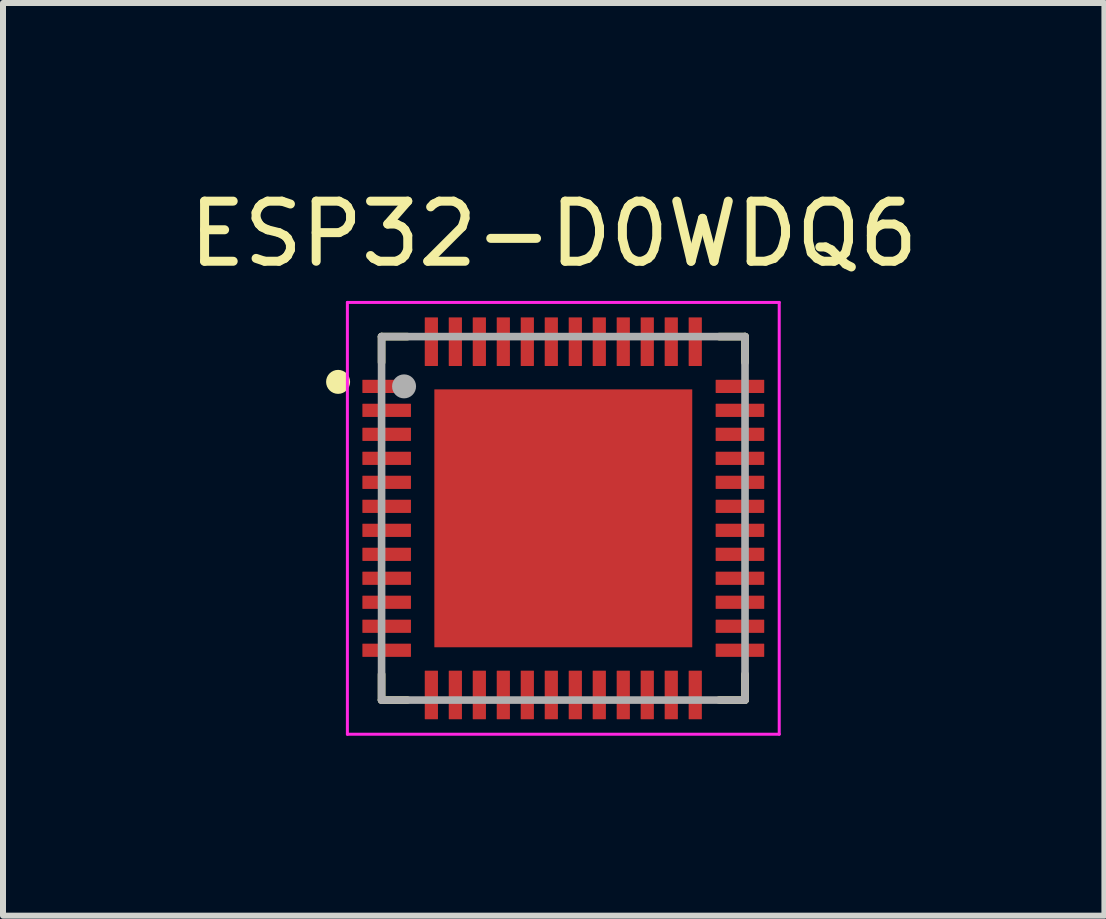
<source format=kicad_pcb>
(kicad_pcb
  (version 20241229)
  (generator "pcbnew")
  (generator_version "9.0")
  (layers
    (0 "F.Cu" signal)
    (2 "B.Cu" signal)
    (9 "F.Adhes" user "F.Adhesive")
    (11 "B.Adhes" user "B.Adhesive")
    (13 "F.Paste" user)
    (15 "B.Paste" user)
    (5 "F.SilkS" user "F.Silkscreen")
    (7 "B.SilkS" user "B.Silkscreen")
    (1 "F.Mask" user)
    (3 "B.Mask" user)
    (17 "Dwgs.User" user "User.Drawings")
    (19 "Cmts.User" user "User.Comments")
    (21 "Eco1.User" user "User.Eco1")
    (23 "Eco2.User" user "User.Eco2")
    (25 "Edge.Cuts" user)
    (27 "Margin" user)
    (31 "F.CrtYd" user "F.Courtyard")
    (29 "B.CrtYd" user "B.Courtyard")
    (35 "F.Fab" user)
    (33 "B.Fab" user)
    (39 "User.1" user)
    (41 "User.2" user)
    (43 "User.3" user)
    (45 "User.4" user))
  (footprint "ESP32-D0WDQ6"
    (layer "F.Cu")
    (at 6.342 5.592)
    (property "Reference" "ESP32-D0WDQ6" (at -0.16 -4.742 0) (layer "F.SilkS") (effects (font (size 1.002 1.002) (thickness 0.15))))
    (attr through_hole)
    (fp_line (start -3.03 -3.03) (end -3.03 -2.6) (stroke (width 0.127) (type solid)) (layer "F.SilkS"))
    (fp_line (start -3.03 3.03) (end -3.03 2.6) (stroke (width 0.127) (type solid)) (layer "F.SilkS"))
    (fp_line (start -2.6 -3.03) (end -3.03 -3.03) (stroke (width 0.127) (type solid)) (layer "F.SilkS"))
    (fp_line (start -2.6 3.03) (end -3.03 3.03) (stroke (width 0.127) (type solid)) (layer "F.SilkS"))
    (fp_line (start 2.6 -3.03) (end 3.03 -3.03) (stroke (width 0.127) (type solid)) (layer "F.SilkS"))
    (fp_line (start 2.6 3.03) (end 3.03 3.03) (stroke (width 0.127) (type solid)) (layer "F.SilkS"))
    (fp_line (start 3.03 -3.03) (end 3.03 -2.6) (stroke (width 0.127) (type solid)) (layer "F.SilkS"))
    (fp_line (start 3.03 3.03) (end 3.03 2.6) (stroke (width 0.127) (type solid)) (layer "F.SilkS"))
    (fp_circle (center -3.755 -2.275) (end -3.655 -2.275) (stroke (width 0.2) (type solid)) (fill no) (layer "F.SilkS"))
    (fp_poly (pts (xy -1.362 -1.36) (xy 1.36 -1.36) (xy 1.36 1.362) (xy -1.362 1.362)) (stroke (width 0.01) (type solid)) (fill yes) (layer "F.Paste"))
    (fp_line (start -3.6 -3.6) (end 3.6 -3.6) (stroke (width 0.05) (type solid)) (layer "F.CrtYd"))
    (fp_line (start -3.6 3.6) (end -3.6 -3.6) (stroke (width 0.05) (type solid)) (layer "F.CrtYd"))
    (fp_line (start -3.6 3.6) (end 3.6 3.6) (stroke (width 0.05) (type solid)) (layer "F.CrtYd"))
    (fp_line (start 3.6 3.6) (end 3.6 -3.6) (stroke (width 0.05) (type solid)) (layer "F.CrtYd"))
    (fp_line (start -3.03 3.03) (end -3.03 -3.03) (stroke (width 0.127) (type solid)) (layer "F.Fab"))
    (fp_line (start 3.03 -3.03) (end -3.03 -3.03) (stroke (width 0.127) (type solid)) (layer "F.Fab"))
    (fp_line (start 3.03 3.03) (end -3.03 3.03) (stroke (width 0.127) (type solid)) (layer "F.Fab"))
    (fp_line (start 3.03 3.03) (end 3.03 -3.03) (stroke (width 0.127) (type solid)) (layer "F.Fab"))
    (fp_circle (center -2.655 -2.2) (end -2.555 -2.2) (stroke (width 0.2) (type solid)) (fill no) (layer "F.Fab"))
    (pad "1" smd roundrect (at -2.945 -2.2) (size 0.81 0.22) (layers "F.Cu" "F.Mask" "F.Paste") (roundrect_rratio 0.03))
    (pad "2" smd roundrect (at -2.945 -1.8) (size 0.81 0.22) (layers "F.Cu" "F.Mask" "F.Paste") (roundrect_rratio 0.03))
    (pad "3" smd roundrect (at -2.945 -1.4) (size 0.81 0.22) (layers "F.Cu" "F.Mask" "F.Paste") (roundrect_rratio 0.03))
    (pad "4" smd roundrect (at -2.945 -1) (size 0.81 0.22) (layers "F.Cu" "F.Mask" "F.Paste") (roundrect_rratio 0.03))
    (pad "5" smd roundrect (at -2.945 -0.6) (size 0.81 0.22) (layers "F.Cu" "F.Mask" "F.Paste") (roundrect_rratio 0.03))
    (pad "6" smd roundrect (at -2.945 -0.2) (size 0.81 0.22) (layers "F.Cu" "F.Mask" "F.Paste") (roundrect_rratio 0.03))
    (pad "7" smd roundrect (at -2.945 0.2) (size 0.81 0.22) (layers "F.Cu" "F.Mask" "F.Paste") (roundrect_rratio 0.03))
    (pad "8" smd roundrect (at -2.945 0.6) (size 0.81 0.22) (layers "F.Cu" "F.Mask" "F.Paste") (roundrect_rratio 0.03))
    (pad "9" smd roundrect (at -2.945 1) (size 0.81 0.22) (layers "F.Cu" "F.Mask" "F.Paste") (roundrect_rratio 0.03))
    (pad "10" smd roundrect (at -2.945 1.4) (size 0.81 0.22) (layers "F.Cu" "F.Mask" "F.Paste") (roundrect_rratio 0.03))
    (pad "11" smd roundrect (at -2.945 1.8) (size 0.81 0.22) (layers "F.Cu" "F.Mask" "F.Paste") (roundrect_rratio 0.03))
    (pad "12" smd roundrect (at -2.945 2.2) (size 0.81 0.22) (layers "F.Cu" "F.Mask" "F.Paste") (roundrect_rratio 0.03))
    (pad "13" smd roundrect (at -2.2 2.945) (size 0.22 0.81) (layers "F.Cu" "F.Mask" "F.Paste") (roundrect_rratio 0.03))
    (pad "14" smd roundrect (at -1.8 2.945) (size 0.22 0.81) (layers "F.Cu" "F.Mask" "F.Paste") (roundrect_rratio 0.03))
    (pad "15" smd roundrect (at -1.4 2.945) (size 0.22 0.81) (layers "F.Cu" "F.Mask" "F.Paste") (roundrect_rratio 0.03))
    (pad "16" smd roundrect (at -1 2.945) (size 0.22 0.81) (layers "F.Cu" "F.Mask" "F.Paste") (roundrect_rratio 0.03))
    (pad "17" smd roundrect (at -0.6 2.945) (size 0.22 0.81) (layers "F.Cu" "F.Mask" "F.Paste") (roundrect_rratio 0.03))
    (pad "18" smd roundrect (at -0.2 2.945) (size 0.22 0.81) (layers "F.Cu" "F.Mask" "F.Paste") (roundrect_rratio 0.03))
    (pad "19" smd roundrect (at 0.2 2.945) (size 0.22 0.81) (layers "F.Cu" "F.Mask" "F.Paste") (roundrect_rratio 0.03))
    (pad "20" smd roundrect (at 0.6 2.945) (size 0.22 0.81) (layers "F.Cu" "F.Mask" "F.Paste") (roundrect_rratio 0.03))
    (pad "21" smd roundrect (at 1 2.945) (size 0.22 0.81) (layers "F.Cu" "F.Mask" "F.Paste") (roundrect_rratio 0.03))
    (pad "22" smd roundrect (at 1.4 2.945) (size 0.22 0.81) (layers "F.Cu" "F.Mask" "F.Paste") (roundrect_rratio 0.03))
    (pad "23" smd roundrect (at 1.8 2.945) (size 0.22 0.81) (layers "F.Cu" "F.Mask" "F.Paste") (roundrect_rratio 0.03))
    (pad "24" smd roundrect (at 2.2 2.945) (size 0.22 0.81) (layers "F.Cu" "F.Mask" "F.Paste") (roundrect_rratio 0.03))
    (pad "25" smd roundrect (at 2.945 2.2) (size 0.81 0.22) (layers "F.Cu" "F.Mask" "F.Paste") (roundrect_rratio 0.03))
    (pad "26" smd roundrect (at 2.945 1.8) (size 0.81 0.22) (layers "F.Cu" "F.Mask" "F.Paste") (roundrect_rratio 0.03))
    (pad "27" smd roundrect (at 2.945 1.4) (size 0.81 0.22) (layers "F.Cu" "F.Mask" "F.Paste") (roundrect_rratio 0.03))
    (pad "28" smd roundrect (at 2.945 1) (size 0.81 0.22) (layers "F.Cu" "F.Mask" "F.Paste") (roundrect_rratio 0.03))
    (pad "29" smd roundrect (at 2.945 0.6) (size 0.81 0.22) (layers "F.Cu" "F.Mask" "F.Paste") (roundrect_rratio 0.03))
    (pad "30" smd roundrect (at 2.945 0.2) (size 0.81 0.22) (layers "F.Cu" "F.Mask" "F.Paste") (roundrect_rratio 0.03))
    (pad "31" smd roundrect (at 2.945 -0.2) (size 0.81 0.22) (layers "F.Cu" "F.Mask" "F.Paste") (roundrect_rratio 0.03))
    (pad "32" smd roundrect (at 2.945 -0.6) (size 0.81 0.22) (layers "F.Cu" "F.Mask" "F.Paste") (roundrect_rratio 0.03))
    (pad "33" smd roundrect (at 2.945 -1) (size 0.81 0.22) (layers "F.Cu" "F.Mask" "F.Paste") (roundrect_rratio 0.03))
    (pad "34" smd roundrect (at 2.945 -1.4) (size 0.81 0.22) (layers "F.Cu" "F.Mask" "F.Paste") (roundrect_rratio 0.03))
    (pad "35" smd roundrect (at 2.945 -1.8) (size 0.81 0.22) (layers "F.Cu" "F.Mask" "F.Paste") (roundrect_rratio 0.03))
    (pad "36" smd roundrect (at 2.945 -2.2) (size 0.81 0.22) (layers "F.Cu" "F.Mask" "F.Paste") (roundrect_rratio 0.03))
    (pad "37" smd roundrect (at 2.2 -2.945) (size 0.22 0.81) (layers "F.Cu" "F.Mask" "F.Paste") (roundrect_rratio 0.03))
    (pad "38" smd roundrect (at 1.8 -2.945) (size 0.22 0.81) (layers "F.Cu" "F.Mask" "F.Paste") (roundrect_rratio 0.03))
    (pad "39" smd roundrect (at 1.4 -2.945) (size 0.22 0.81) (layers "F.Cu" "F.Mask" "F.Paste") (roundrect_rratio 0.03))
    (pad "40" smd roundrect (at 1 -2.945) (size 0.22 0.81) (layers "F.Cu" "F.Mask" "F.Paste") (roundrect_rratio 0.03))
    (pad "41" smd roundrect (at 0.6 -2.945) (size 0.22 0.81) (layers "F.Cu" "F.Mask" "F.Paste") (roundrect_rratio 0.03))
    (pad "42" smd roundrect (at 0.2 -2.945) (size 0.22 0.81) (layers "F.Cu" "F.Mask" "F.Paste") (roundrect_rratio 0.03))
    (pad "43" smd roundrect (at -0.2 -2.945) (size 0.22 0.81) (layers "F.Cu" "F.Mask" "F.Paste") (roundrect_rratio 0.03))
    (pad "44" smd roundrect (at -0.6 -2.945) (size 0.22 0.81) (layers "F.Cu" "F.Mask" "F.Paste") (roundrect_rratio 0.03))
    (pad "45" smd roundrect (at -1 -2.945) (size 0.22 0.81) (layers "F.Cu" "F.Mask" "F.Paste") (roundrect_rratio 0.03))
    (pad "46" smd roundrect (at -1.4 -2.945) (size 0.22 0.81) (layers "F.Cu" "F.Mask" "F.Paste") (roundrect_rratio 0.03))
    (pad "47" smd roundrect (at -1.8 -2.945) (size 0.22 0.81) (layers "F.Cu" "F.Mask" "F.Paste") (roundrect_rratio 0.03))
    (pad "48" smd roundrect (at -2.2 -2.945) (size 0.22 0.81) (layers "F.Cu" "F.Mask" "F.Paste") (roundrect_rratio 0.03))
    (pad "49" smd rect (at 0 0) (size 4.3 4.3) (layers "F.Cu" "F.Mask")))
  (gr_rect
    (start -3 -3)
    (end 15.364 12.217)
    (stroke (width 0.1) (type default))
    (fill no)
    (layer "Edge.Cuts")))
</source>
